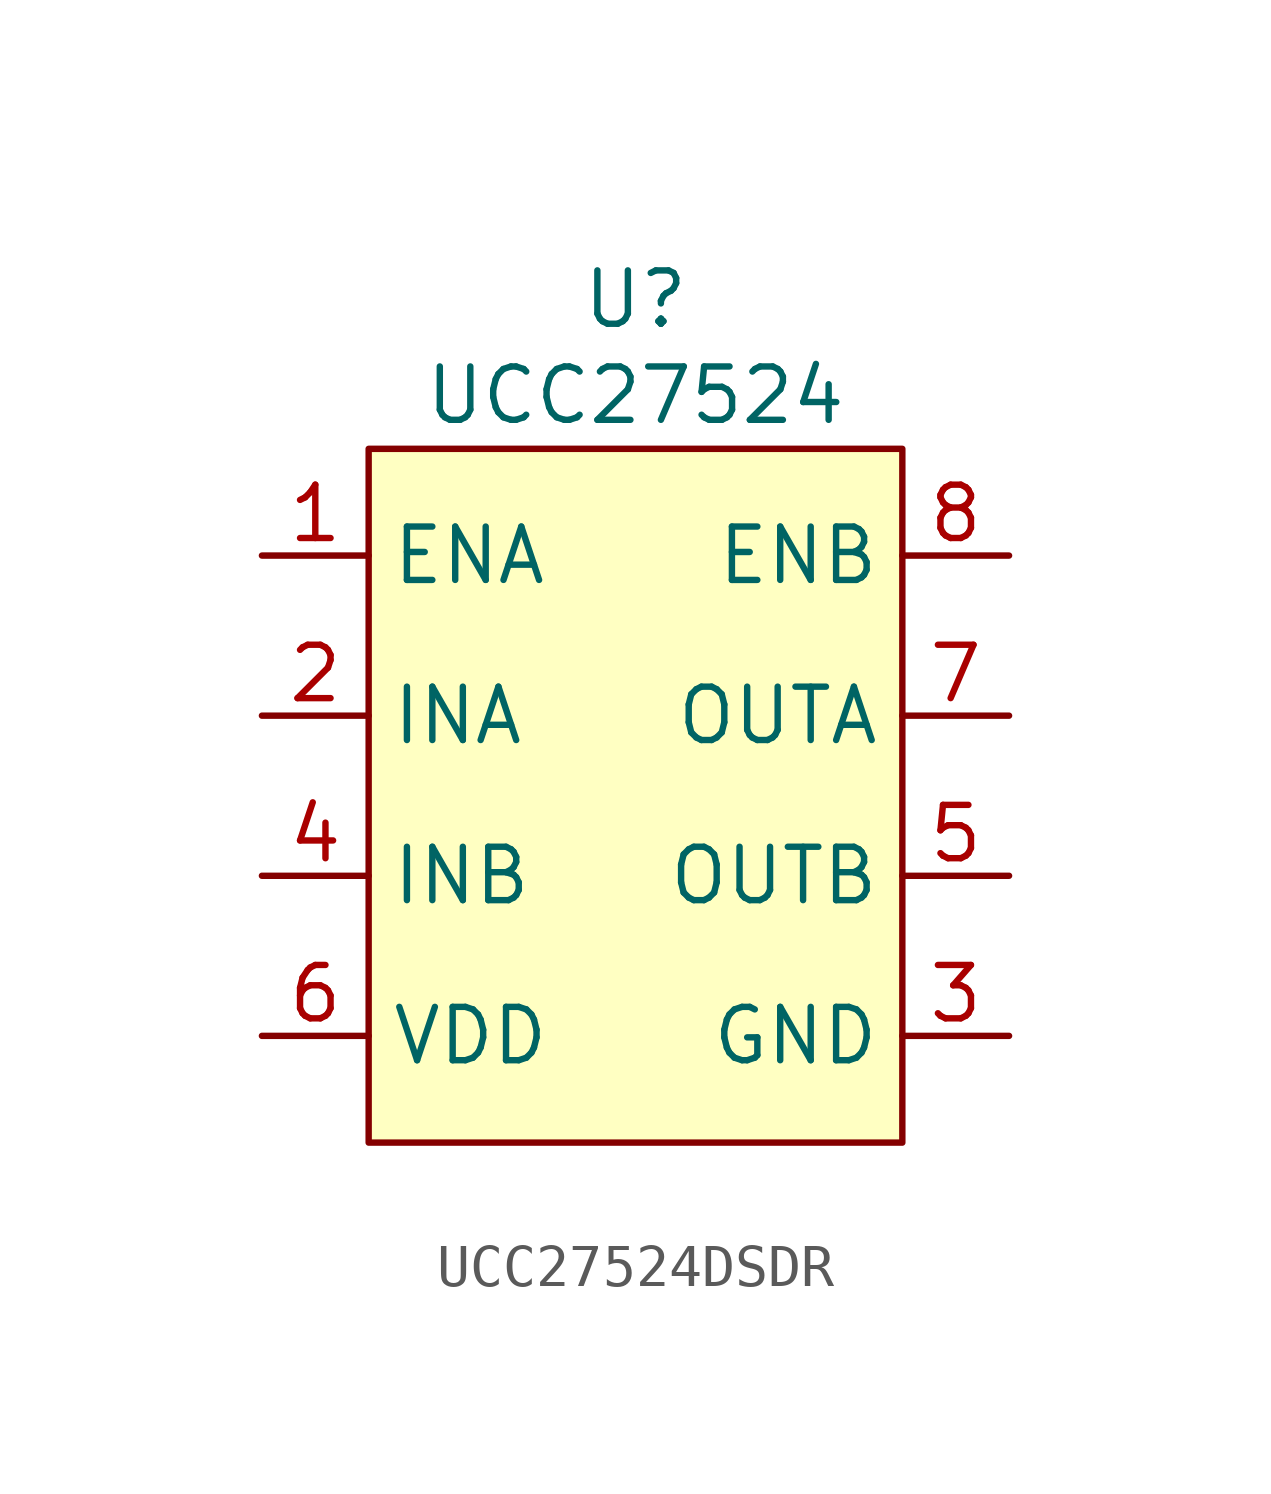
<source format=kicad_sym>
(kicad_symbol_lib
  (version 20231120)
  (generator "kicad_symbol_editor")
  (generator_version "8.0")
  (symbol "UCC27524DSDR"
    (property "Reference" "U"
      (at 0 9.906 0)
      (effects (font (size 1.27 1.27))))
    (property "Value" "UCC27524"
      (at 0 7.62 0)
      (effects (font (size 1.27 1.27))))
    (symbol "UCC27524DSDR_1_1"
      (rectangle (start -6.35 6.35) (end 6.35 -10.16) (stroke (width 0) (type default)) (fill (type background)))
      (pin input line (at -8.89 3.81 0) (length 2.54) (name "ENA" (effects (font (size 1.27 1.27)))) (number "1" (effects (font (size 1.27 1.27)))))
      (pin input line (at -8.89 0 0) (length 2.54) (name "INA" (effects (font (size 1.27 1.27)))) (number "2" (effects (font (size 1.27 1.27)))))
      (pin input line (at 8.89 -7.62 180) (length 2.54) (name "GND" (effects (font (size 1.27 1.27)))) (number "3" (effects (font (size 1.27 1.27)))))
      (pin input line (at -8.89 -3.81 0) (length 2.54) (name "INB" (effects (font (size 1.27 1.27)))) (number "4" (effects (font (size 1.27 1.27)))))
      (pin input line (at 8.89 -3.81 180) (length 2.54) (name "OUTB" (effects (font (size 1.27 1.27)))) (number "5" (effects (font (size 1.27 1.27)))))
      (pin input line (at -8.89 -7.62 0) (length 2.54) (name "VDD" (effects (font (size 1.27 1.27)))) (number "6" (effects (font (size 1.27 1.27)))))
      (pin input line (at 8.89 0 180) (length 2.54) (name "OUTA" (effects (font (size 1.27 1.27)))) (number "7" (effects (font (size 1.27 1.27)))))
      (pin input line (at 8.89 3.81 180) (length 2.54) (name "ENB" (effects (font (size 1.27 1.27)))) (number "8" (effects (font (size 1.27 1.27))))))))
</source>
